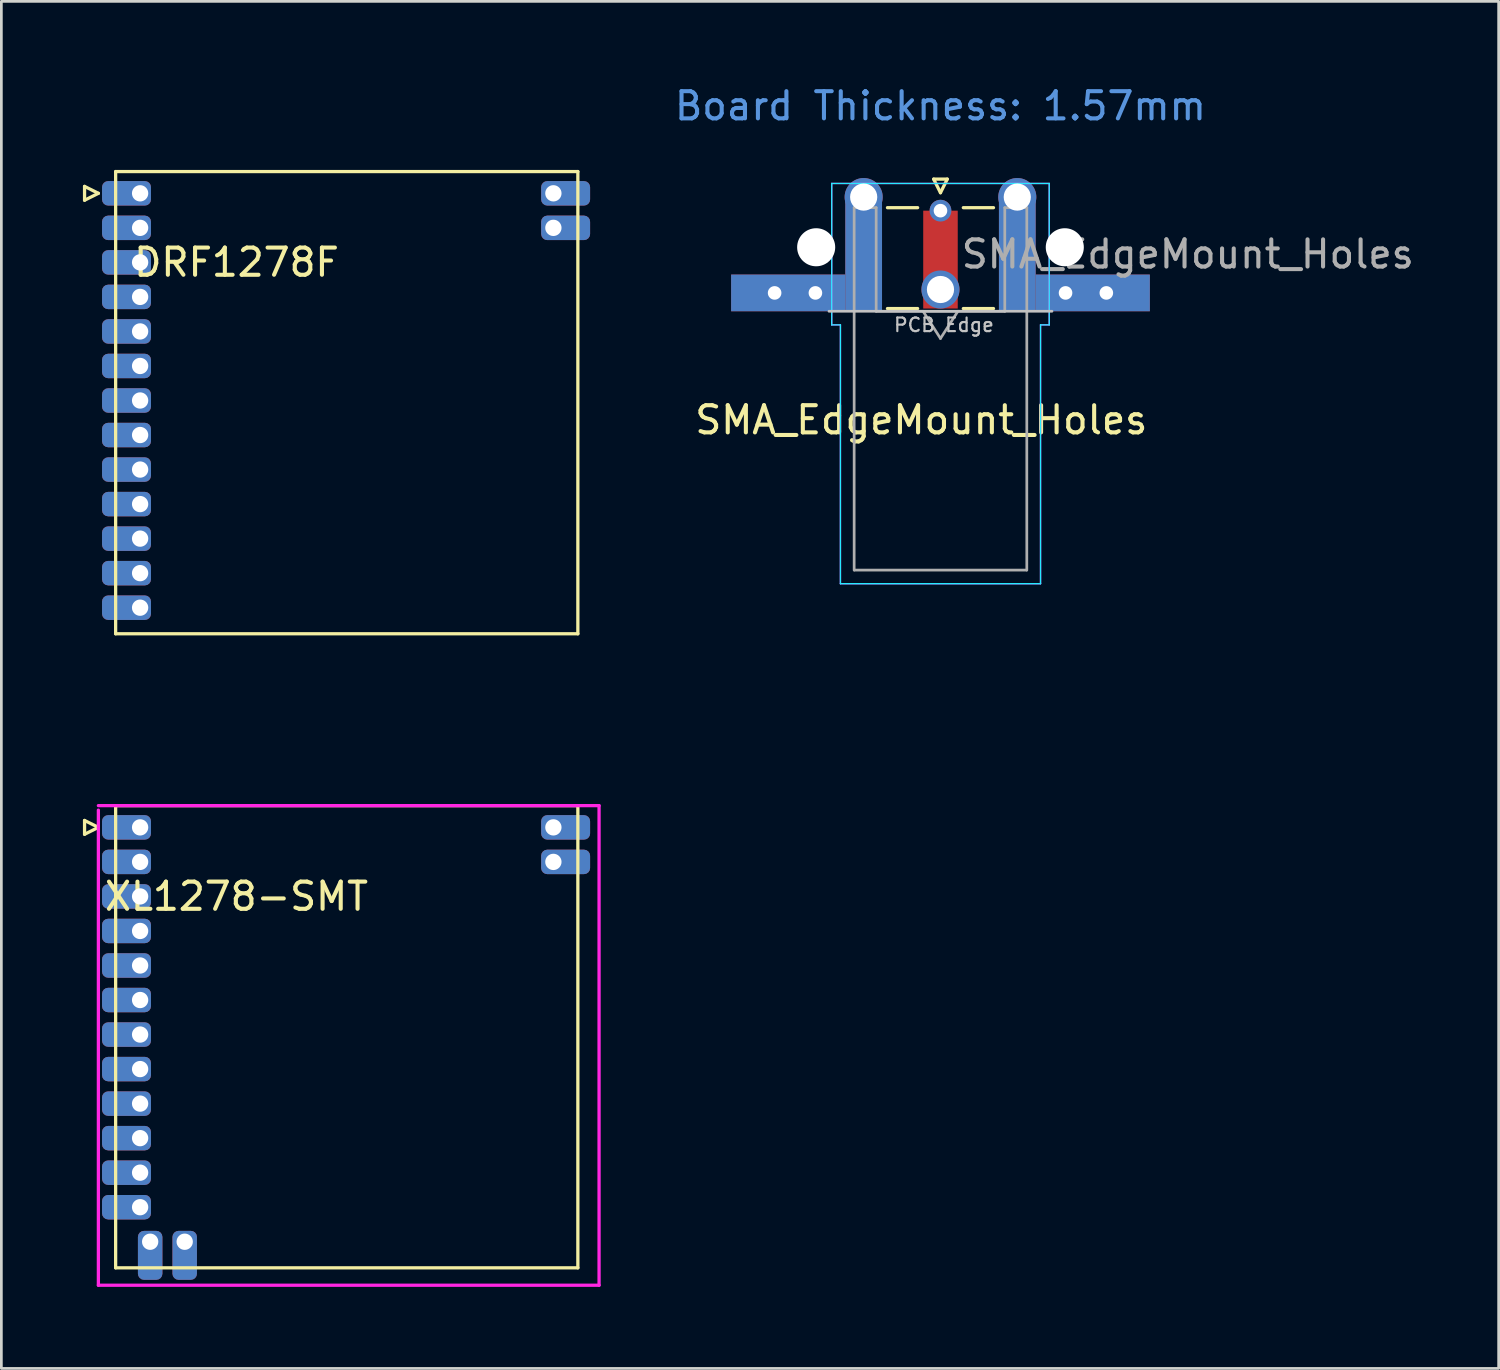
<source format=kicad_pcb>
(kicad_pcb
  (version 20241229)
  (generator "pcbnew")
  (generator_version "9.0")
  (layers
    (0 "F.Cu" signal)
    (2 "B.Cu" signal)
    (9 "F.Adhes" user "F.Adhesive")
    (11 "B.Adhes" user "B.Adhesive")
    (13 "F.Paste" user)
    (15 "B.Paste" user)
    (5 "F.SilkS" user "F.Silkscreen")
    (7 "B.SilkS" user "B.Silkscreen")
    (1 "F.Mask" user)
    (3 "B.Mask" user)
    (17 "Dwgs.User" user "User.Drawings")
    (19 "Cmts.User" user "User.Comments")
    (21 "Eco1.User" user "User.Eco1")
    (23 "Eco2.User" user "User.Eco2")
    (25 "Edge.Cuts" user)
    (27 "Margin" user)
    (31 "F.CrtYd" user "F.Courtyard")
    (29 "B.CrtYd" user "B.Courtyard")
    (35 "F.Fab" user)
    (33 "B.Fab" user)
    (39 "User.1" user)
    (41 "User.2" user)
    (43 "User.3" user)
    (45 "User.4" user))
  (footprint "DRF1278F"
    (layer "F.Cu")
    (at 5.013 0.25)
    (property "Reference" "DRF1278F" (at 0.635 6.35 0) (layer "F.SilkS") (effects (font (size 1 1) (thickness 0.15))))
    (attr through_hole)
    (fp_line (start -4.953 3.556) (end -4.953 4.064) (stroke (width 0.12) (type solid)) (layer "F.SilkS"))
    (fp_line (start -4.953 4.064) (end -4.445 3.81) (stroke (width 0.12) (type solid)) (layer "F.SilkS"))
    (fp_line (start -4.445 3.81) (end -4.953 3.556) (stroke (width 0.12) (type solid)) (layer "F.SilkS"))
    (fp_line (start -3.81 3.01) (end -3.81 20.01) (stroke (width 0.12) (type solid)) (layer "F.SilkS"))
    (fp_line (start -3.81 3.01) (end 13.19 3.01) (stroke (width 0.12) (type solid)) (layer "F.SilkS"))
    (fp_line (start -3.81 20.01) (end 13.19 20.01) (stroke (width 0.12) (type solid)) (layer "F.SilkS"))
    (fp_line (start 13.19 3.01) (end 13.19 20.01) (stroke (width 0.12) (type solid)) (layer "F.SilkS"))
    (pad "1" thru_hole roundrect (at -2.91 3.81) (size 1.8 0.9) (drill 0.6 (offset -0.5 0)) (layers "*.Cu" "*.Mask") (roundrect_rratio 0.25))
    (pad "2" thru_hole roundrect (at -2.91 5.08) (size 1.8 0.9) (drill 0.6 (offset -0.5 0)) (layers "*.Cu" "*.Mask") (roundrect_rratio 0.25))
    (pad "3" thru_hole roundrect (at -2.91 6.35) (size 1.8 0.9) (drill 0.6 (offset -0.5 0)) (layers "*.Cu" "*.Mask") (roundrect_rratio 0.25))
    (pad "4" thru_hole roundrect (at -2.91 7.62) (size 1.8 0.9) (drill 0.6 (offset -0.5 0)) (layers "*.Cu" "*.Mask") (roundrect_rratio 0.25))
    (pad "5" thru_hole roundrect (at -2.91 8.89) (size 1.8 0.9) (drill 0.6 (offset -0.5 0)) (layers "*.Cu" "*.Mask") (roundrect_rratio 0.25))
    (pad "6" thru_hole roundrect (at -2.91 10.16) (size 1.8 0.9) (drill 0.6 (offset -0.5 0)) (layers "*.Cu" "*.Mask") (roundrect_rratio 0.25))
    (pad "7" thru_hole roundrect (at -2.91 11.43) (size 1.8 0.9) (drill 0.6 (offset -0.5 0)) (layers "*.Cu" "*.Mask") (roundrect_rratio 0.25))
    (pad "8" thru_hole roundrect (at -2.91 12.7) (size 1.8 0.9) (drill 0.6 (offset -0.5 0)) (layers "*.Cu" "*.Mask") (roundrect_rratio 0.25))
    (pad "9" thru_hole roundrect (at -2.91 13.97) (size 1.8 0.9) (drill 0.6 (offset -0.5 0)) (layers "*.Cu" "*.Mask") (roundrect_rratio 0.25))
    (pad "10" thru_hole roundrect (at -2.91 15.24) (size 1.8 0.9) (drill 0.6 (offset -0.5 0)) (layers "*.Cu" "*.Mask") (roundrect_rratio 0.25))
    (pad "11" thru_hole roundrect (at -2.91 16.51) (size 1.8 0.9) (drill 0.6 (offset -0.5 0)) (layers "*.Cu" "*.Mask") (roundrect_rratio 0.25))
    (pad "12" thru_hole roundrect (at -2.91 17.78) (size 1.8 0.9) (drill 0.6 (offset -0.5 0)) (layers "*.Cu" "*.Mask") (roundrect_rratio 0.25))
    (pad "13" thru_hole roundrect (at -2.91 19.05) (size 1.8 0.9) (drill 0.6 (offset -0.5 0)) (layers "*.Cu" "*.Mask") (roundrect_rratio 0.25))
    (pad "14" thru_hole roundrect (at 12.29 5.08) (size 1.8 0.9) (drill 0.6 (offset 0.45 0)) (layers "*.Cu" "*.Mask") (roundrect_rratio 0.25))
    (pad "15" thru_hole roundrect (at 12.29 3.81) (size 1.8 0.9) (drill 0.6 (offset 0.45 0)) (layers "*.Cu" "*.Mask") (roundrect_rratio 0.25)))
  (footprint "XL1278-SMT"
    (layer "F.Cu")
    (at 5.013 23.57)
    (property "Reference" "XL1278-SMT" (at 0.635 6.35 0) (layer "F.SilkS") (effects (font (size 1 1) (thickness 0.15))))
    (attr through_hole)
    (fp_line (start -4.953 3.556) (end -4.953 4.064) (stroke (width 0.12) (type solid)) (layer "F.SilkS"))
    (fp_line (start -4.953 4.064) (end -4.445 3.81) (stroke (width 0.12) (type solid)) (layer "F.SilkS"))
    (fp_line (start -4.445 3.81) (end -4.953 3.556) (stroke (width 0.12) (type solid)) (layer "F.SilkS"))
    (fp_line (start -3.81 3.01) (end -3.81 20.01) (stroke (width 0.12) (type solid)) (layer "F.SilkS"))
    (fp_line (start -3.81 3.01) (end 13.19 3.01) (stroke (width 0.12) (type solid)) (layer "F.SilkS"))
    (fp_line (start -3.81 20.01) (end 13.19 20.01) (stroke (width 0.12) (type solid)) (layer "F.SilkS"))
    (fp_line (start 13.19 3.01) (end 13.19 20.01) (stroke (width 0.12) (type solid)) (layer "F.SilkS"))
    (fp_line (start -4.445 3.175) (end -4.445 20.65) (stroke (width 0.12) (type solid)) (layer "F.CrtYd"))
    (fp_line (start -4.445 20.65) (end 13.97 20.65) (stroke (width 0.12) (type solid)) (layer "F.CrtYd"))
    (fp_line (start 13.97 3.01) (end -4.445 3.01) (stroke (width 0.12) (type solid)) (layer "F.CrtYd"))
    (fp_line (start 13.97 20.65) (end 13.97 3.01) (stroke (width 0.12) (type solid)) (layer "F.CrtYd"))
    (pad "1" thru_hole roundrect (at -2.91 3.81) (size 1.8 0.9) (drill 0.6 (offset -0.5 0)) (layers "*.Cu" "*.Mask") (roundrect_rratio 0.25))
    (pad "2" thru_hole roundrect (at -2.91 5.08) (size 1.8 0.9) (drill 0.6 (offset -0.5 0)) (layers "*.Cu" "*.Mask") (roundrect_rratio 0.25))
    (pad "3" thru_hole roundrect (at -2.91 6.35) (size 1.8 0.9) (drill 0.6 (offset -0.5 0)) (layers "*.Cu" "*.Mask") (roundrect_rratio 0.25))
    (pad "4" thru_hole roundrect (at -2.91 7.62) (size 1.8 0.9) (drill 0.6 (offset -0.5 0)) (layers "*.Cu" "*.Mask") (roundrect_rratio 0.25))
    (pad "5" thru_hole roundrect (at -2.91 8.89) (size 1.8 0.9) (drill 0.6 (offset -0.5 0)) (layers "*.Cu" "*.Mask") (roundrect_rratio 0.25))
    (pad "6" thru_hole roundrect (at -2.91 10.16) (size 1.8 0.9) (drill 0.6 (offset -0.5 0)) (layers "*.Cu" "*.Mask") (roundrect_rratio 0.25))
    (pad "7" thru_hole roundrect (at -2.91 11.43) (size 1.8 0.9) (drill 0.6 (offset -0.5 0)) (layers "*.Cu" "*.Mask") (roundrect_rratio 0.25))
    (pad "8" thru_hole roundrect (at -2.91 12.7) (size 1.8 0.9) (drill 0.6 (offset -0.5 0)) (layers "*.Cu" "*.Mask") (roundrect_rratio 0.25))
    (pad "9" thru_hole roundrect (at -2.91 13.97) (size 1.8 0.9) (drill 0.6 (offset -0.5 0)) (layers "*.Cu" "*.Mask") (roundrect_rratio 0.25))
    (pad "10" thru_hole roundrect (at -2.91 15.24) (size 1.8 0.9) (drill 0.6 (offset -0.5 0)) (layers "*.Cu" "*.Mask") (roundrect_rratio 0.25))
    (pad "11" thru_hole roundrect (at -2.91 16.51) (size 1.8 0.9) (drill 0.6 (offset -0.5 0)) (layers "*.Cu" "*.Mask") (roundrect_rratio 0.25))
    (pad "12" thru_hole roundrect (at -2.91 17.78) (size 1.8 0.9) (drill 0.6 (offset -0.5 0)) (layers "*.Cu" "*.Mask") (roundrect_rratio 0.25))
    (pad "13" thru_hole roundrect (at -2.54 19.05 90) (size 1.8 0.9) (drill 0.6 (offset -0.5 0)) (layers "*.Cu" "*.Mask") (roundrect_rratio 0.25))
    (pad "14" thru_hole roundrect (at -1.27 19.05 90) (size 1.8 0.9) (drill 0.6 (offset -0.5 0)) (layers "*.Cu" "*.Mask") (roundrect_rratio 0.25))
    (pad "15" thru_hole roundrect (at 12.29 5.08) (size 1.8 0.9) (drill 0.6 (offset 0.45 0)) (layers "*.Cu" "*.Mask") (roundrect_rratio 0.25))
    (pad "16" thru_hole roundrect (at 12.29 3.81) (size 1.8 0.9) (drill 0.6 (offset 0.45 0)) (layers "*.Cu" "*.Mask") (roundrect_rratio 0.25)))
  (footprint "SMA_EdgeMount_Holes"
    (layer "F.Cu")
    (at 31.54 6.298)
    (property "Reference" "SMA_EdgeMount_Holes" (at -0.705 6.1 180) (layer "F.SilkS") (effects (font (size 1 1) (thickness 0.15))))
    (attr smd)
    (fp_line (start -1.95 -1.71) (end -0.84 -1.71) (stroke (width 0.12) (type solid)) (layer "F.SilkS"))
    (fp_line (start -1.95 2) (end -0.84 2) (stroke (width 0.12) (type solid)) (layer "F.SilkS"))
    (fp_line (start -0.25 -2.76) (end 0 -2.26) (stroke (width 0.12) (type solid)) (layer "F.SilkS"))
    (fp_line (start 0 -2.26) (end 0.25 -2.76) (stroke (width 0.12) (type solid)) (layer "F.SilkS"))
    (fp_line (start 0.25 -2.76) (end -0.25 -2.76) (stroke (width 0.12) (type solid)) (layer "F.SilkS"))
    (fp_line (start 0.84 -1.71) (end 1.95 -1.71) (stroke (width 0.12) (type solid)) (layer "F.SilkS"))
    (fp_line (start 0.84 2) (end 1.95 2) (stroke (width 0.12) (type solid)) (layer "F.SilkS"))
    (fp_line (start 4.1 2.1) (end -4.1 2.1) (stroke (width 0.1) (type solid)) (layer "Dwgs.User"))
    (fp_line (start -4 -2.6) (end 4 -2.6) (stroke (width 0.05) (type solid)) (layer "B.CrtYd"))
    (fp_line (start -4 2.6) (end -4 -2.6) (stroke (width 0.05) (type solid)) (layer "B.CrtYd"))
    (fp_line (start -3.68 2.6) (end -4 2.6) (stroke (width 0.05) (type solid)) (layer "B.CrtYd"))
    (fp_line (start -3.68 12.12) (end -3.68 2.6) (stroke (width 0.05) (type solid)) (layer "B.CrtYd"))
    (fp_line (start 3.68 2.6) (end 3.68 12.12) (stroke (width 0.05) (type solid)) (layer "B.CrtYd"))
    (fp_line (start 3.68 12.12) (end -3.68 12.12) (stroke (width 0.05) (type solid)) (layer "B.CrtYd"))
    (fp_line (start 4 2.6) (end 3.68 2.6) (stroke (width 0.05) (type solid)) (layer "B.CrtYd"))
    (fp_line (start 4 2.6) (end 4 -2.6) (stroke (width 0.05) (type solid)) (layer "B.CrtYd"))
    (fp_line (start -4 -2.6) (end 4 -2.6) (stroke (width 0.05) (type solid)) (layer "F.CrtYd"))
    (fp_line (start -4 2.6) (end -4 -2.6) (stroke (width 0.05) (type solid)) (layer "F.CrtYd"))
    (fp_line (start -3.68 2.6) (end -4 2.6) (stroke (width 0.05) (type solid)) (layer "F.CrtYd"))
    (fp_line (start -3.68 12.12) (end -3.68 2.6) (stroke (width 0.05) (type solid)) (layer "F.CrtYd"))
    (fp_line (start 3.68 2.6) (end 3.68 12.12) (stroke (width 0.05) (type solid)) (layer "F.CrtYd"))
    (fp_line (start 3.68 2.6) (end 4 2.6) (stroke (width 0.05) (type solid)) (layer "F.CrtYd"))
    (fp_line (start 3.68 12.12) (end -3.68 12.12) (stroke (width 0.05) (type solid)) (layer "F.CrtYd"))
    (fp_line (start 4 2.6) (end 4 -2.6) (stroke (width 0.05) (type solid)) (layer "F.CrtYd"))
    (fp_line (start -3.175 -1.71) (end -3.175 11.62) (stroke (width 0.1) (type solid)) (layer "F.Fab"))
    (fp_line (start -2.365 -1.71) (end -3.175 -1.71) (stroke (width 0.1) (type solid)) (layer "F.Fab"))
    (fp_line (start -2.365 2.1) (end -2.365 -1.71) (stroke (width 0.1) (type solid)) (layer "F.Fab"))
    (fp_line (start 0 3.1) (end -0.64 2.1) (stroke (width 0.1) (type solid)) (layer "F.Fab"))
    (fp_line (start 0.64 2.1) (end 0 3.1) (stroke (width 0.1) (type solid)) (layer "F.Fab"))
    (fp_line (start 2.365 -1.71) (end 2.365 2.1) (stroke (width 0.1) (type solid)) (layer "F.Fab"))
    (fp_line (start 2.365 2.1) (end -2.365 2.1) (stroke (width 0.1) (type solid)) (layer "F.Fab"))
    (fp_line (start 3.165 11.62) (end -3.165 11.62) (stroke (width 0.1) (type solid)) (layer "F.Fab"))
    (fp_line (start 3.175 -1.71) (end 2.365 -1.71) (stroke (width 0.1) (type solid)) (layer "F.Fab"))
    (fp_line (start 3.175 -1.71) (end 3.175 11.62) (stroke (width 0.1) (type solid)) (layer "F.Fab"))
    (fp_text user "PCB Edge" (at 0.127 2.603 180) (layer "Dwgs.User") (effects (font (size 0.5 0.5) (thickness 0.08))))
    (fp_text user "Board Thickness: 1.57mm" (at 0 -5.45 180) (layer "Cmts.User") (effects (font (size 1 1) (thickness 0.15))))
    (fp_text user "${REFERENCE}" (at 9.095 0 180) (layer "F.Fab") (effects (font (size 1 1) (thickness 0.15))))
    (pad "" np_thru_hole circle (at -4.572 -0.254) (size 1.4 1.4) (drill 1.4) (layers "*.Mask" "F.Cu"))
    (pad "" np_thru_hole circle (at 4.572 -0.254) (size 1.4 1.4) (drill 1.4) (layers "*.Mask" "F.Cu"))
    (pad "1" thru_hole circle (at 0 -1.6) (size 0.8 0.8) (drill 0.5) (layers "*.Cu" "*.Mask"))
    (pad "1" smd rect (at 0 0.2) (size 1.27 3.6) (layers "F.Cu" "F.Mask"))
    (pad "1" thru_hole circle (at 0 1.3) (size 1.4 1.4) (drill 1) (layers "*.Cu" "*.Mask"))
    (pad "2" thru_hole circle (at -6.1 1.425) (size 0.8 0.8) (drill 0.5) (layers "*.Cu" "*.Mask"))
    (pad "2" smd rect (at -5.6 1.425 90) (size 1.35 4.2) (layers "F.Cu" "F.Mask"))
    (pad "2" smd rect (at -5.6 1.425 90) (size 1.35 4.2) (layers "B.Cu" "B.Mask"))
    (pad "2" thru_hole circle (at -4.6 1.425) (size 0.8 0.8) (drill 0.5) (layers "*.Cu" "*.Mask"))
    (pad "2" thru_hole circle (at -2.825 -2.1) (size 1.4 1.4) (drill 1) (layers "*.Cu" "*.Mask"))
    (pad "2" smd rect (at -2.825 0) (size 1.35 4.2) (layers "F.Cu" "F.Mask"))
    (pad "2" smd rect (at -2.825 0) (size 1.35 4.2) (layers "B.Cu" "B.Mask"))
    (pad "2" thru_hole circle (at 2.825 -2.1) (size 1.4 1.4) (drill 1) (layers "*.Cu" "*.Mask"))
    (pad "2" smd rect (at 2.825 0) (size 1.35 4.2) (layers "F.Cu" "F.Mask"))
    (pad "2" smd rect (at 2.825 0) (size 1.35 4.2) (layers "B.Cu" "B.Mask"))
    (pad "2" thru_hole circle (at 4.6 1.425) (size 0.8 0.8) (drill 0.5) (layers "*.Cu" "*.Mask"))
    (pad "2" smd rect (at 5.6 1.425 90) (size 1.35 4.2) (layers "F.Cu" "F.Mask"))
    (pad "2" smd rect (at 5.6 1.425 90) (size 1.35 4.2) (layers "B.Cu" "B.Mask"))
    (pad "2" thru_hole circle (at 6.1 1.425) (size 0.8 0.8) (drill 0.5) (layers "*.Cu" "*.Mask")))
  (gr_rect
    (start -3 -3)
    (end 52.069 47.28)
    (stroke (width 0.1) (type default))
    (fill no)
    (layer "Edge.Cuts")))
</source>
